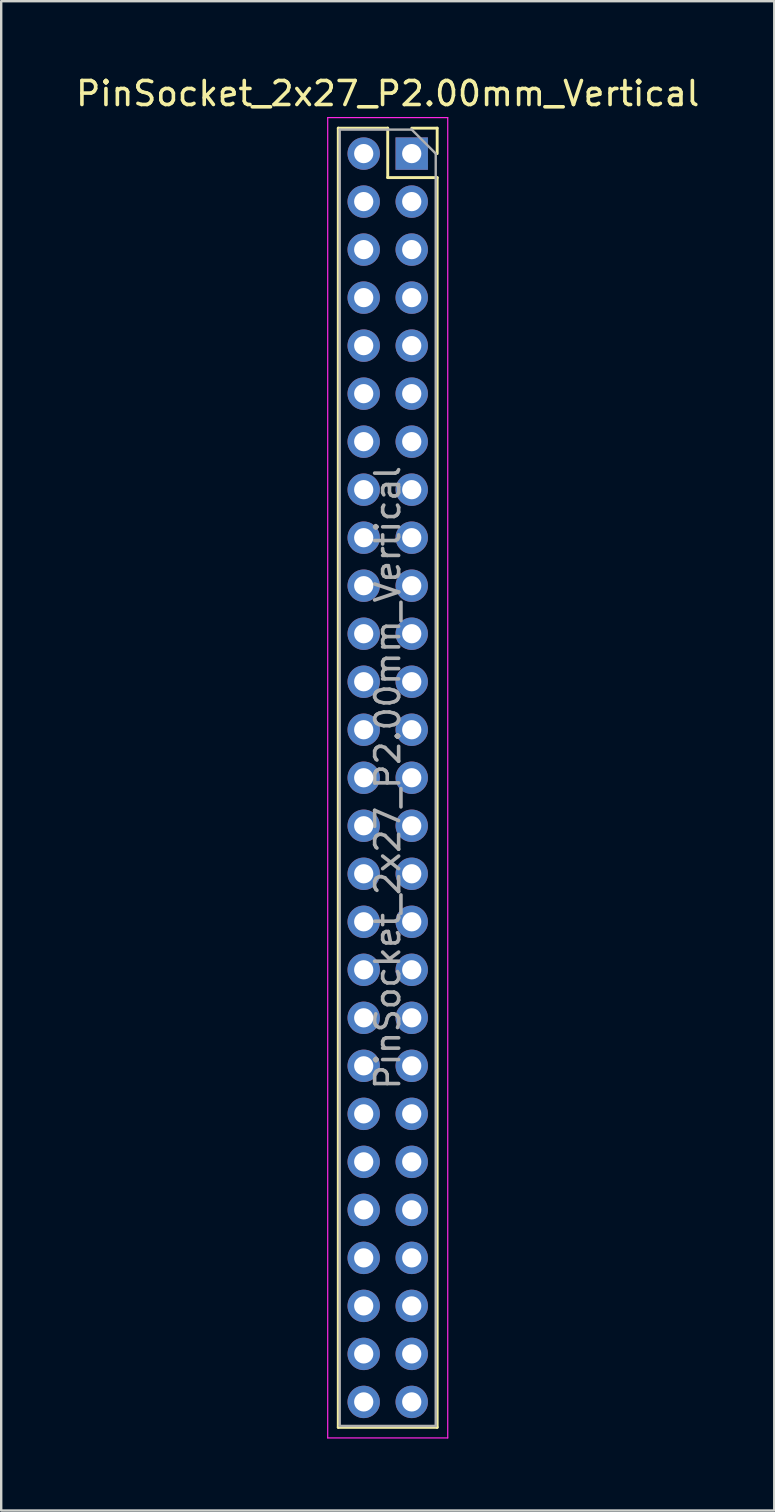
<source format=kicad_pcb>
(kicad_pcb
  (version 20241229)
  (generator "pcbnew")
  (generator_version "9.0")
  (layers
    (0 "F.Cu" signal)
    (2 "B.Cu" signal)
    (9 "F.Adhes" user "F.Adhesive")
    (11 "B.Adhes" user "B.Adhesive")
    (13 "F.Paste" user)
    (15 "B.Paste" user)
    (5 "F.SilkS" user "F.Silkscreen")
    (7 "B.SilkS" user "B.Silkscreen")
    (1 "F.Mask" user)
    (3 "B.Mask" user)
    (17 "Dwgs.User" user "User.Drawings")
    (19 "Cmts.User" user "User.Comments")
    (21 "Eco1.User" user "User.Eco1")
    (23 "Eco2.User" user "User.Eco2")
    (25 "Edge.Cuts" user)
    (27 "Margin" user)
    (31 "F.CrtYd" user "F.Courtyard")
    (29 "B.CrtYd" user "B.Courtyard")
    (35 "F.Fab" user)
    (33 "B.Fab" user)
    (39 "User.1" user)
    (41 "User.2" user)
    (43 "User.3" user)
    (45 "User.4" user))
  (footprint "PinSocket_2x27_P2.00mm_Vertical"
    (layer "F.Cu")
    (at 14.101 3.348)
    (property "Reference" "PinSocket_2x27_P2.00mm_Vertical" (at -1 -2.5 0) (layer "F.SilkS") (effects (font (size 1 1) (thickness 0.15))))
    (attr through_hole)
    (fp_line (start -3.06 -1.06) (end -3.06 53.06) (stroke (width 0.12) (type solid)) (layer "F.SilkS"))
    (fp_line (start -3.06 -1.06) (end -1 -1.06) (stroke (width 0.12) (type solid)) (layer "F.SilkS"))
    (fp_line (start -3.06 53.06) (end 1.06 53.06) (stroke (width 0.12) (type solid)) (layer "F.SilkS"))
    (fp_line (start -1 -1.06) (end -1 1) (stroke (width 0.12) (type solid)) (layer "F.SilkS"))
    (fp_line (start -1 1) (end 1.06 1) (stroke (width 0.12) (type solid)) (layer "F.SilkS"))
    (fp_line (start 0 -1.06) (end 1.06 -1.06) (stroke (width 0.12) (type solid)) (layer "F.SilkS"))
    (fp_line (start 1.06 -1.06) (end 1.06 0) (stroke (width 0.12) (type solid)) (layer "F.SilkS"))
    (fp_line (start 1.06 1) (end 1.06 53.06) (stroke (width 0.12) (type solid)) (layer "F.SilkS"))
    (fp_line (start -3.5 -1.5) (end 1.5 -1.5) (stroke (width 0.05) (type solid)) (layer "F.CrtYd"))
    (fp_line (start -3.5 53.5) (end -3.5 -1.5) (stroke (width 0.05) (type solid)) (layer "F.CrtYd"))
    (fp_line (start 1.5 -1.5) (end 1.5 53.5) (stroke (width 0.05) (type solid)) (layer "F.CrtYd"))
    (fp_line (start 1.5 53.5) (end -3.5 53.5) (stroke (width 0.05) (type solid)) (layer "F.CrtYd"))
    (fp_line (start -3 -1) (end 0 -1) (stroke (width 0.1) (type solid)) (layer "F.Fab"))
    (fp_line (start -3 53) (end -3 -1) (stroke (width 0.1) (type solid)) (layer "F.Fab"))
    (fp_line (start 0 -1) (end 1 0) (stroke (width 0.1) (type solid)) (layer "F.Fab"))
    (fp_line (start 1 0) (end 1 53) (stroke (width 0.1) (type solid)) (layer "F.Fab"))
    (fp_line (start 1 53) (end -3 53) (stroke (width 0.1) (type solid)) (layer "F.Fab"))
    (fp_text user "${REFERENCE}" (at -1 26 90) (layer "F.Fab") (effects (font (size 1 1) (thickness 0.15))))
    (pad "1" thru_hole rect (at 0 0) (size 1.35 1.35) (drill 0.8) (layers "*.Cu" "*.Mask"))
    (pad "2" thru_hole oval (at -2 0) (size 1.35 1.35) (drill 0.8) (layers "*.Cu" "*.Mask"))
    (pad "3" thru_hole oval (at 0 2) (size 1.35 1.35) (drill 0.8) (layers "*.Cu" "*.Mask"))
    (pad "4" thru_hole oval (at -2 2) (size 1.35 1.35) (drill 0.8) (layers "*.Cu" "*.Mask"))
    (pad "5" thru_hole oval (at 0 4) (size 1.35 1.35) (drill 0.8) (layers "*.Cu" "*.Mask"))
    (pad "6" thru_hole oval (at -2 4) (size 1.35 1.35) (drill 0.8) (layers "*.Cu" "*.Mask"))
    (pad "7" thru_hole oval (at 0 6) (size 1.35 1.35) (drill 0.8) (layers "*.Cu" "*.Mask"))
    (pad "8" thru_hole oval (at -2 6) (size 1.35 1.35) (drill 0.8) (layers "*.Cu" "*.Mask"))
    (pad "9" thru_hole oval (at 0 8) (size 1.35 1.35) (drill 0.8) (layers "*.Cu" "*.Mask"))
    (pad "10" thru_hole oval (at -2 8) (size 1.35 1.35) (drill 0.8) (layers "*.Cu" "*.Mask"))
    (pad "11" thru_hole oval (at 0 10) (size 1.35 1.35) (drill 0.8) (layers "*.Cu" "*.Mask"))
    (pad "12" thru_hole oval (at -2 10) (size 1.35 1.35) (drill 0.8) (layers "*.Cu" "*.Mask"))
    (pad "13" thru_hole oval (at 0 12) (size 1.35 1.35) (drill 0.8) (layers "*.Cu" "*.Mask"))
    (pad "14" thru_hole oval (at -2 12) (size 1.35 1.35) (drill 0.8) (layers "*.Cu" "*.Mask"))
    (pad "15" thru_hole oval (at 0 14) (size 1.35 1.35) (drill 0.8) (layers "*.Cu" "*.Mask"))
    (pad "16" thru_hole oval (at -2 14) (size 1.35 1.35) (drill 0.8) (layers "*.Cu" "*.Mask"))
    (pad "17" thru_hole oval (at 0 16) (size 1.35 1.35) (drill 0.8) (layers "*.Cu" "*.Mask"))
    (pad "18" thru_hole oval (at -2 16) (size 1.35 1.35) (drill 0.8) (layers "*.Cu" "*.Mask"))
    (pad "19" thru_hole oval (at 0 18) (size 1.35 1.35) (drill 0.8) (layers "*.Cu" "*.Mask"))
    (pad "20" thru_hole oval (at -2 18) (size 1.35 1.35) (drill 0.8) (layers "*.Cu" "*.Mask"))
    (pad "21" thru_hole oval (at 0 20) (size 1.35 1.35) (drill 0.8) (layers "*.Cu" "*.Mask"))
    (pad "22" thru_hole oval (at -2 20) (size 1.35 1.35) (drill 0.8) (layers "*.Cu" "*.Mask"))
    (pad "23" thru_hole oval (at 0 22) (size 1.35 1.35) (drill 0.8) (layers "*.Cu" "*.Mask"))
    (pad "24" thru_hole oval (at -2 22) (size 1.35 1.35) (drill 0.8) (layers "*.Cu" "*.Mask"))
    (pad "25" thru_hole oval (at 0 24) (size 1.35 1.35) (drill 0.8) (layers "*.Cu" "*.Mask"))
    (pad "26" thru_hole oval (at -2 24) (size 1.35 1.35) (drill 0.8) (layers "*.Cu" "*.Mask"))
    (pad "27" thru_hole oval (at 0 26) (size 1.35 1.35) (drill 0.8) (layers "*.Cu" "*.Mask"))
    (pad "28" thru_hole oval (at -2 26) (size 1.35 1.35) (drill 0.8) (layers "*.Cu" "*.Mask"))
    (pad "29" thru_hole oval (at 0 28) (size 1.35 1.35) (drill 0.8) (layers "*.Cu" "*.Mask"))
    (pad "30" thru_hole oval (at -2 28) (size 1.35 1.35) (drill 0.8) (layers "*.Cu" "*.Mask"))
    (pad "31" thru_hole oval (at 0 30) (size 1.35 1.35) (drill 0.8) (layers "*.Cu" "*.Mask"))
    (pad "32" thru_hole oval (at -2 30) (size 1.35 1.35) (drill 0.8) (layers "*.Cu" "*.Mask"))
    (pad "33" thru_hole oval (at 0 32) (size 1.35 1.35) (drill 0.8) (layers "*.Cu" "*.Mask"))
    (pad "34" thru_hole oval (at -2 32) (size 1.35 1.35) (drill 0.8) (layers "*.Cu" "*.Mask"))
    (pad "35" thru_hole oval (at 0 34) (size 1.35 1.35) (drill 0.8) (layers "*.Cu" "*.Mask"))
    (pad "36" thru_hole oval (at -2 34) (size 1.35 1.35) (drill 0.8) (layers "*.Cu" "*.Mask"))
    (pad "37" thru_hole oval (at 0 36) (size 1.35 1.35) (drill 0.8) (layers "*.Cu" "*.Mask"))
    (pad "38" thru_hole oval (at -2 36) (size 1.35 1.35) (drill 0.8) (layers "*.Cu" "*.Mask"))
    (pad "39" thru_hole oval (at 0 38) (size 1.35 1.35) (drill 0.8) (layers "*.Cu" "*.Mask"))
    (pad "40" thru_hole oval (at -2 38) (size 1.35 1.35) (drill 0.8) (layers "*.Cu" "*.Mask"))
    (pad "41" thru_hole oval (at 0 40) (size 1.35 1.35) (drill 0.8) (layers "*.Cu" "*.Mask"))
    (pad "42" thru_hole oval (at -2 40) (size 1.35 1.35) (drill 0.8) (layers "*.Cu" "*.Mask"))
    (pad "43" thru_hole oval (at 0 42) (size 1.35 1.35) (drill 0.8) (layers "*.Cu" "*.Mask"))
    (pad "44" thru_hole oval (at -2 42) (size 1.35 1.35) (drill 0.8) (layers "*.Cu" "*.Mask"))
    (pad "45" thru_hole oval (at 0 44) (size 1.35 1.35) (drill 0.8) (layers "*.Cu" "*.Mask"))
    (pad "46" thru_hole oval (at -2 44) (size 1.35 1.35) (drill 0.8) (layers "*.Cu" "*.Mask"))
    (pad "47" thru_hole oval (at 0 46) (size 1.35 1.35) (drill 0.8) (layers "*.Cu" "*.Mask"))
    (pad "48" thru_hole oval (at -2 46) (size 1.35 1.35) (drill 0.8) (layers "*.Cu" "*.Mask"))
    (pad "49" thru_hole oval (at 0 48) (size 1.35 1.35) (drill 0.8) (layers "*.Cu" "*.Mask"))
    (pad "50" thru_hole oval (at -2 48) (size 1.35 1.35) (drill 0.8) (layers "*.Cu" "*.Mask"))
    (pad "51" thru_hole oval (at 0 50) (size 1.35 1.35) (drill 0.8) (layers "*.Cu" "*.Mask"))
    (pad "52" thru_hole oval (at -2 50) (size 1.35 1.35) (drill 0.8) (layers "*.Cu" "*.Mask"))
    (pad "53" thru_hole oval (at 0 52) (size 1.35 1.35) (drill 0.8) (layers "*.Cu" "*.Mask"))
    (pad "54" thru_hole oval (at -2 52) (size 1.35 1.35) (drill 0.8) (layers "*.Cu" "*.Mask")))
  (gr_rect
    (start -3 -3)
    (end 29.202 59.873)
    (stroke (width 0.1) (type default))
    (fill no)
    (layer "Edge.Cuts")))
</source>
